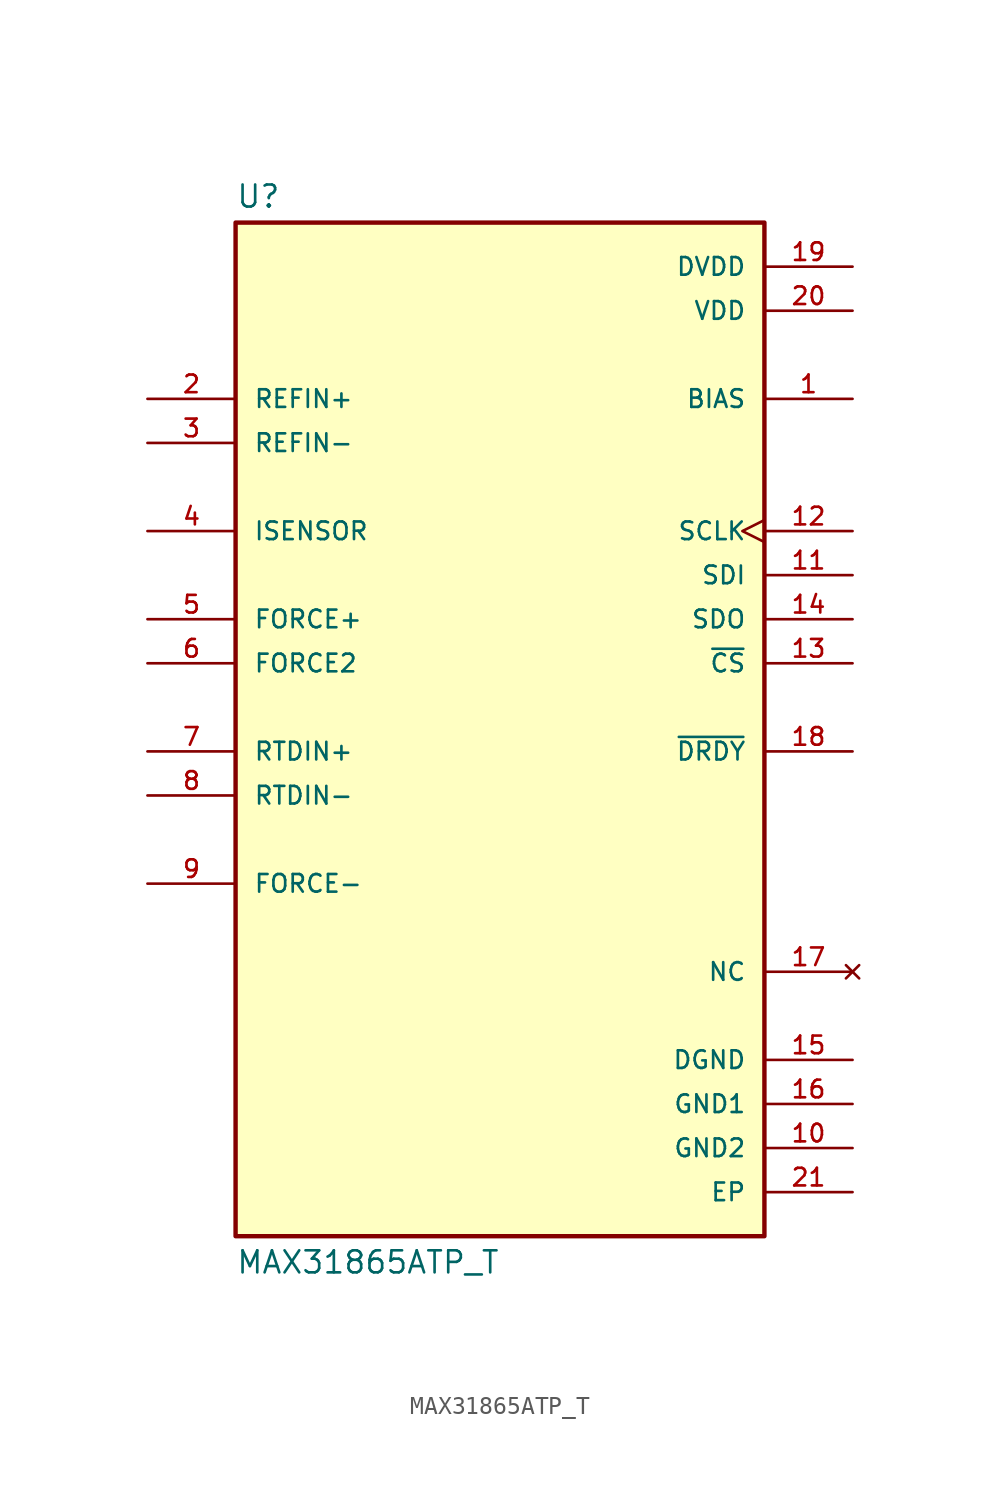
<source format=kicad_sym>
(kicad_symbol_lib
  (version 20211014)
  (generator kicad_symbol_editor)
  (symbol "MAX31865ATP_T"
    (pin_names
      (offset 1.016))
    (property "Reference" "U"
      (at -15.24 28.702 0)
      (effects (font (size 1.27 1.27)) (justify bottom left)))
    (property "Value" "MAX31865ATP_T"
      (at -15.24 -31.242 0)
      (effects (font (size 1.27 1.27)) (justify top left)))
    (symbol "MAX31865ATP_T_0_0"
      (rectangle (start -15.24 -30.48) (end 15.24 27.94) (stroke (width 0.254)) (fill (type background)))
      (pin output line (at 20.32 17.78 180.0) (length 5.08) (name "BIAS" (effects (font (size 1.016 1.016)))) (number "1" (effects (font (size 1.016 1.016)))))
      (pin input line (at -20.32 17.78 0) (length 5.08) (name "REFIN+" (effects (font (size 1.016 1.016)))) (number "2" (effects (font (size 1.016 1.016)))))
      (pin input line (at -20.32 15.24 0) (length 5.08) (name "REFIN-" (effects (font (size 1.016 1.016)))) (number "3" (effects (font (size 1.016 1.016)))))
      (pin input line (at -20.32 10.16 0) (length 5.08) (name "ISENSOR" (effects (font (size 1.016 1.016)))) (number "4" (effects (font (size 1.016 1.016)))))
      (pin output line (at -20.32 5.08 0) (length 5.08) (name "FORCE+" (effects (font (size 1.016 1.016)))) (number "5" (effects (font (size 1.016 1.016)))))
      (pin input line (at -20.32 2.54 0) (length 5.08) (name "FORCE2" (effects (font (size 1.016 1.016)))) (number "6" (effects (font (size 1.016 1.016)))))
      (pin input line (at -20.32 -2.54 0) (length 5.08) (name "RTDIN+" (effects (font (size 1.016 1.016)))) (number "7" (effects (font (size 1.016 1.016)))))
      (pin input line (at -20.32 -5.08 0) (length 5.08) (name "RTDIN-" (effects (font (size 1.016 1.016)))) (number "8" (effects (font (size 1.016 1.016)))))
      (pin input line (at -20.32 -10.16 0) (length 5.08) (name "FORCE-" (effects (font (size 1.016 1.016)))) (number "9" (effects (font (size 1.016 1.016)))))
      (pin power_in line (at 20.32 25.4 180.0) (length 5.08) (name "DVDD" (effects (font (size 1.016 1.016)))) (number "19" (effects (font (size 1.016 1.016)))))
      (pin power_in line (at 20.32 22.86 180.0) (length 5.08) (name "VDD" (effects (font (size 1.016 1.016)))) (number "20" (effects (font (size 1.016 1.016)))))
      (pin power_in line (at 20.32 -20.32 180.0) (length 5.08) (name "DGND" (effects (font (size 1.016 1.016)))) (number "15" (effects (font (size 1.016 1.016)))))
      (pin power_in line (at 20.32 -22.86 180.0) (length 5.08) (name "GND1" (effects (font (size 1.016 1.016)))) (number "16" (effects (font (size 1.016 1.016)))))
      (pin power_in line (at 20.32 -25.4 180.0) (length 5.08) (name "GND2" (effects (font (size 1.016 1.016)))) (number "10" (effects (font (size 1.016 1.016)))))
      (pin no_connect line (at 20.32 -15.24 180.0) (length 5.08) (name "NC" (effects (font (size 1.016 1.016)))) (number "17" (effects (font (size 1.016 1.016)))))
      (pin input line (at 20.32 7.62 180.0) (length 5.08) (name "SDI" (effects (font (size 1.016 1.016)))) (number "11" (effects (font (size 1.016 1.016)))))
      (pin input clock (at 20.32 10.16 180.0) (length 5.08) (name "SCLK" (effects (font (size 1.016 1.016)))) (number "12" (effects (font (size 1.016 1.016)))))
      (pin input line (at 20.32 2.54 180.0) (length 5.08) (name "~{CS}" (effects (font (size 1.016 1.016)))) (number "13" (effects (font (size 1.016 1.016)))))
      (pin output line (at 20.32 5.08 180.0) (length 5.08) (name "SDO" (effects (font (size 1.016 1.016)))) (number "14" (effects (font (size 1.016 1.016)))))
      (pin output line (at 20.32 -2.54 180.0) (length 5.08) (name "~{DRDY}" (effects (font (size 1.016 1.016)))) (number "18" (effects (font (size 1.016 1.016)))))
      (pin power_in line (at 20.32 -27.94 180.0) (length 5.08) (name "EP" (effects (font (size 1.016 1.016)))) (number "21" (effects (font (size 1.016 1.016))))))))
</source>
